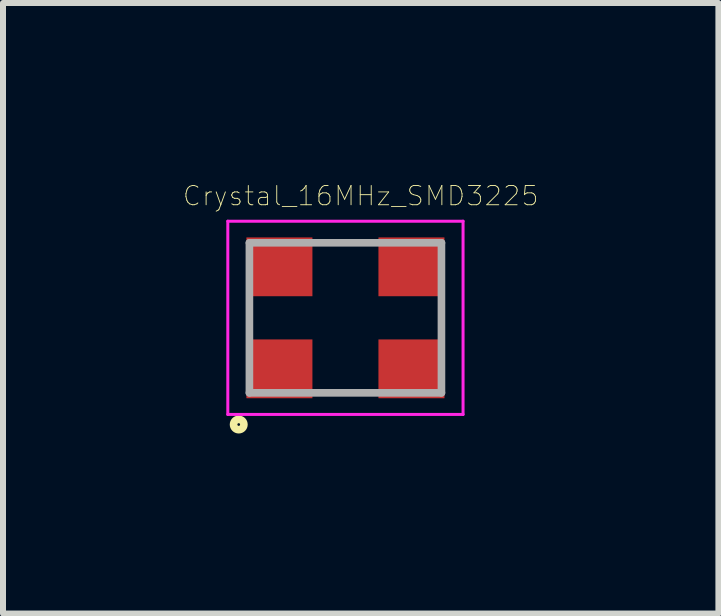
<source format=kicad_pcb>
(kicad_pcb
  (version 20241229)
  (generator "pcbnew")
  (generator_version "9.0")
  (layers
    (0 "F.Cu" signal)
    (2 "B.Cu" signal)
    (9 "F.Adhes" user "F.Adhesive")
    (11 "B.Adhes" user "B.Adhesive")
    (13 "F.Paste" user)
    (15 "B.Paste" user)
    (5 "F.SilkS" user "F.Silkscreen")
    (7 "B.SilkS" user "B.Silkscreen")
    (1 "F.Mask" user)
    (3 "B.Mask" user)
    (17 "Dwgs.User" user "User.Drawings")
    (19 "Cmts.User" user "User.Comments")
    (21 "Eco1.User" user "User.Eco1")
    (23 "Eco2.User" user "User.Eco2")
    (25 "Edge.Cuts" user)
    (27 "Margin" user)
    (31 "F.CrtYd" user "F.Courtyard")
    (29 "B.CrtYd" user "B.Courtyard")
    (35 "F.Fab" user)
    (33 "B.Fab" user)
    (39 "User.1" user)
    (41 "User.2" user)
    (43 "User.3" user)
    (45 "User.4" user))
  (footprint "Crystal_16MHz_SMD3225"
    (layer "F.Cu")
    (at 2.706 2.246)
    (property "Reference" "Crystal_16MHz_SMD3225" (at 0.254 -2.032 0) (layer "F.SilkS") (effects (font (size 0.321 0.321) (thickness 0.015))))
    (attr through_hole)
    (fp_circle (center -1.778 1.778) (end -1.778 1.864) (stroke (width 0.127) (type solid)) (fill no) (layer "F.SilkS"))
    (fp_line (start -1.96 -1.61) (end 1.96 -1.61) (stroke (width 0.05) (type solid)) (layer "F.CrtYd"))
    (fp_line (start -1.96 1.61) (end -1.96 -1.61) (stroke (width 0.05) (type solid)) (layer "F.CrtYd"))
    (fp_line (start -1.96 1.61) (end 1.96 1.61) (stroke (width 0.05) (type solid)) (layer "F.CrtYd"))
    (fp_line (start 1.96 -1.61) (end 1.96 1.61) (stroke (width 0.05) (type solid)) (layer "F.CrtYd"))
    (fp_line (start -1.6 -1.25) (end 1.6 -1.25) (stroke (width 0.127) (type solid)) (layer "F.Fab"))
    (fp_line (start -1.6 1.25) (end -1.6 -1.25) (stroke (width 0.127) (type solid)) (layer "F.Fab"))
    (fp_line (start 1.6 -1.25) (end 1.6 1.25) (stroke (width 0.127) (type solid)) (layer "F.Fab"))
    (fp_line (start 1.6 1.25) (end -1.6 1.25) (stroke (width 0.127) (type solid)) (layer "F.Fab"))
    (pad "1" smd rect (at -1.1 0.85 270) (size 0.98 1.1) (layers "F.Cu" "F.Mask" "F.Paste"))
    (pad "2" smd rect (at 1.1 0.85 270) (size 0.98 1.1) (layers "F.Cu" "F.Mask" "F.Paste"))
    (pad "3" smd rect (at 1.1 -0.85 270) (size 0.98 1.1) (layers "F.Cu" "F.Mask" "F.Paste"))
    (pad "4" smd rect (at -1.1 -0.85 270) (size 0.98 1.1) (layers "F.Cu" "F.Mask" "F.Paste")))
  (gr_rect
    (start -3 -3)
    (end 8.921 7.173)
    (stroke (width 0.1) (type default))
    (fill no)
    (layer "Edge.Cuts")))
</source>
